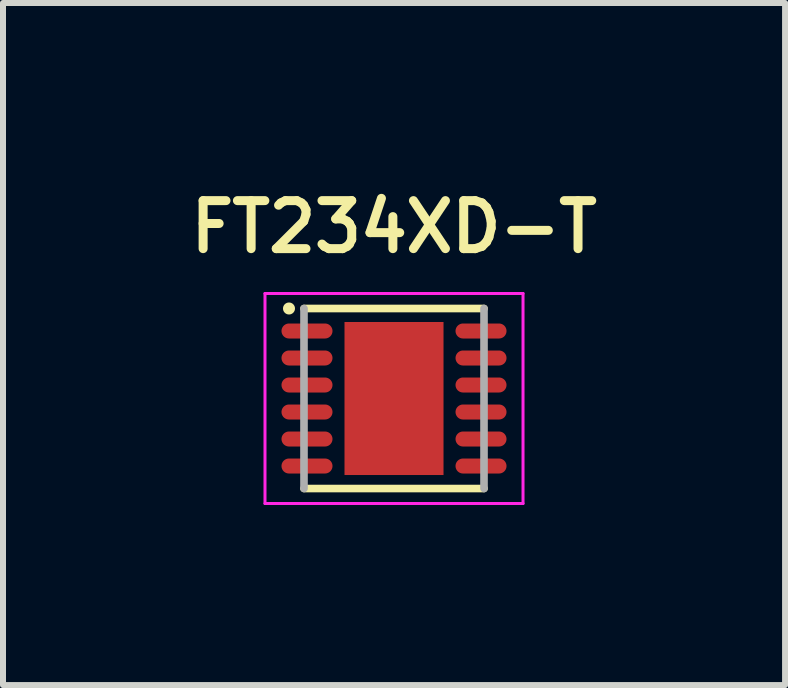
<source format=kicad_pcb>
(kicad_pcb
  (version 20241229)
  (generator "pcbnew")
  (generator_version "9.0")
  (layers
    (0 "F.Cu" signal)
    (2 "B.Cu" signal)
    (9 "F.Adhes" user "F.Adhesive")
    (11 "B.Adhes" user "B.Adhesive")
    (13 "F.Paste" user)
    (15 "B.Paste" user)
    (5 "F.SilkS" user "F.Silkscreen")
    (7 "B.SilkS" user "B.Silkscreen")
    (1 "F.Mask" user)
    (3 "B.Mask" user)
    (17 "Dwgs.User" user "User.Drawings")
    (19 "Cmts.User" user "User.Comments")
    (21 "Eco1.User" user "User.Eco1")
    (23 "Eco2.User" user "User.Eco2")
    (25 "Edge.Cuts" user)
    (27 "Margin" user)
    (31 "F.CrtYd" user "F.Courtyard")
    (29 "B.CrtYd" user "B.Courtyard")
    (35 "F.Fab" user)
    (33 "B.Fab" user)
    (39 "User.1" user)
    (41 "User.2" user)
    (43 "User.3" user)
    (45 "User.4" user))
  (footprint "FT234XD-T"
    (layer "F.Cu")
    (at 3.516 3.591)
    (property "Reference" "FT234XD-T" (at 0 -2.86 0) (layer "F.SilkS") (effects (font (size 0.8 0.8) (thickness 0.15))))
    (attr through_hole)
    (fp_line (start -1.5 -1.5) (end 1.5 -1.5) (stroke (width 0.127) (type solid)) (layer "F.SilkS"))
    (fp_line (start -1.5 1.5) (end 1.5 1.5) (stroke (width 0.127) (type solid)) (layer "F.SilkS"))
    (fp_circle (center -1.75 -1.5) (end -1.65 -1.5) (stroke (width 0) (type solid)) (fill yes) (layer "F.SilkS"))
    (fp_poly (pts (xy -0.461 -0.91) (xy 0.46 -0.91) (xy 0.46 0.912) (xy -0.461 0.912)) (stroke (width 0.01) (type solid)) (fill yes) (layer "F.Paste"))
    (fp_line (start -2.15 -1.75) (end 2.15 -1.75) (stroke (width 0.05) (type solid)) (layer "F.CrtYd"))
    (fp_line (start -2.15 1.75) (end -2.15 -1.75) (stroke (width 0.05) (type solid)) (layer "F.CrtYd"))
    (fp_line (start 2.15 -1.75) (end 2.15 1.75) (stroke (width 0.05) (type solid)) (layer "F.CrtYd"))
    (fp_line (start 2.15 1.75) (end -2.15 1.75) (stroke (width 0.05) (type solid)) (layer "F.CrtYd"))
    (fp_line (start -1.5 -1.5) (end -1.5 1.5) (stroke (width 0.127) (type solid)) (layer "F.Fab"))
    (fp_line (start 1.5 1.5) (end 1.5 -1.5) (stroke (width 0.127) (type solid)) (layer "F.Fab"))
    (pad "1" smd oval (at -1.45 -1.125) (size 0.85 0.25) (layers "F.Cu" "F.Mask" "F.Paste"))
    (pad "2" smd oval (at -1.45 -0.675) (size 0.85 0.25) (layers "F.Cu" "F.Mask" "F.Paste"))
    (pad "3" smd oval (at -1.45 -0.225) (size 0.85 0.25) (layers "F.Cu" "F.Mask" "F.Paste"))
    (pad "4" smd oval (at -1.45 0.225) (size 0.85 0.25) (layers "F.Cu" "F.Mask" "F.Paste"))
    (pad "5" smd oval (at -1.45 0.675) (size 0.85 0.25) (layers "F.Cu" "F.Mask" "F.Paste"))
    (pad "6" smd oval (at -1.45 1.125) (size 0.85 0.25) (layers "F.Cu" "F.Mask" "F.Paste"))
    (pad "7" smd oval (at 1.45 1.125 180) (size 0.85 0.25) (layers "F.Cu" "F.Mask" "F.Paste"))
    (pad "8" smd oval (at 1.45 0.675 180) (size 0.85 0.25) (layers "F.Cu" "F.Mask" "F.Paste"))
    (pad "9" smd oval (at 1.45 0.225 180) (size 0.85 0.25) (layers "F.Cu" "F.Mask" "F.Paste"))
    (pad "10" smd oval (at 1.45 -0.225 180) (size 0.85 0.25) (layers "F.Cu" "F.Mask" "F.Paste"))
    (pad "11" smd oval (at 1.45 -0.675 180) (size 0.85 0.25) (layers "F.Cu" "F.Mask" "F.Paste"))
    (pad "12" smd oval (at 1.45 -1.125 180) (size 0.85 0.25) (layers "F.Cu" "F.Mask" "F.Paste"))
    (pad "13" smd rect (at 0 0 180) (size 1.65 2.55) (layers "F.Cu" "F.Mask")))
  (gr_rect
    (start -3 -3)
    (end 10.033 8.366)
    (stroke (width 0.1) (type default))
    (fill no)
    (layer "Edge.Cuts")))
</source>
